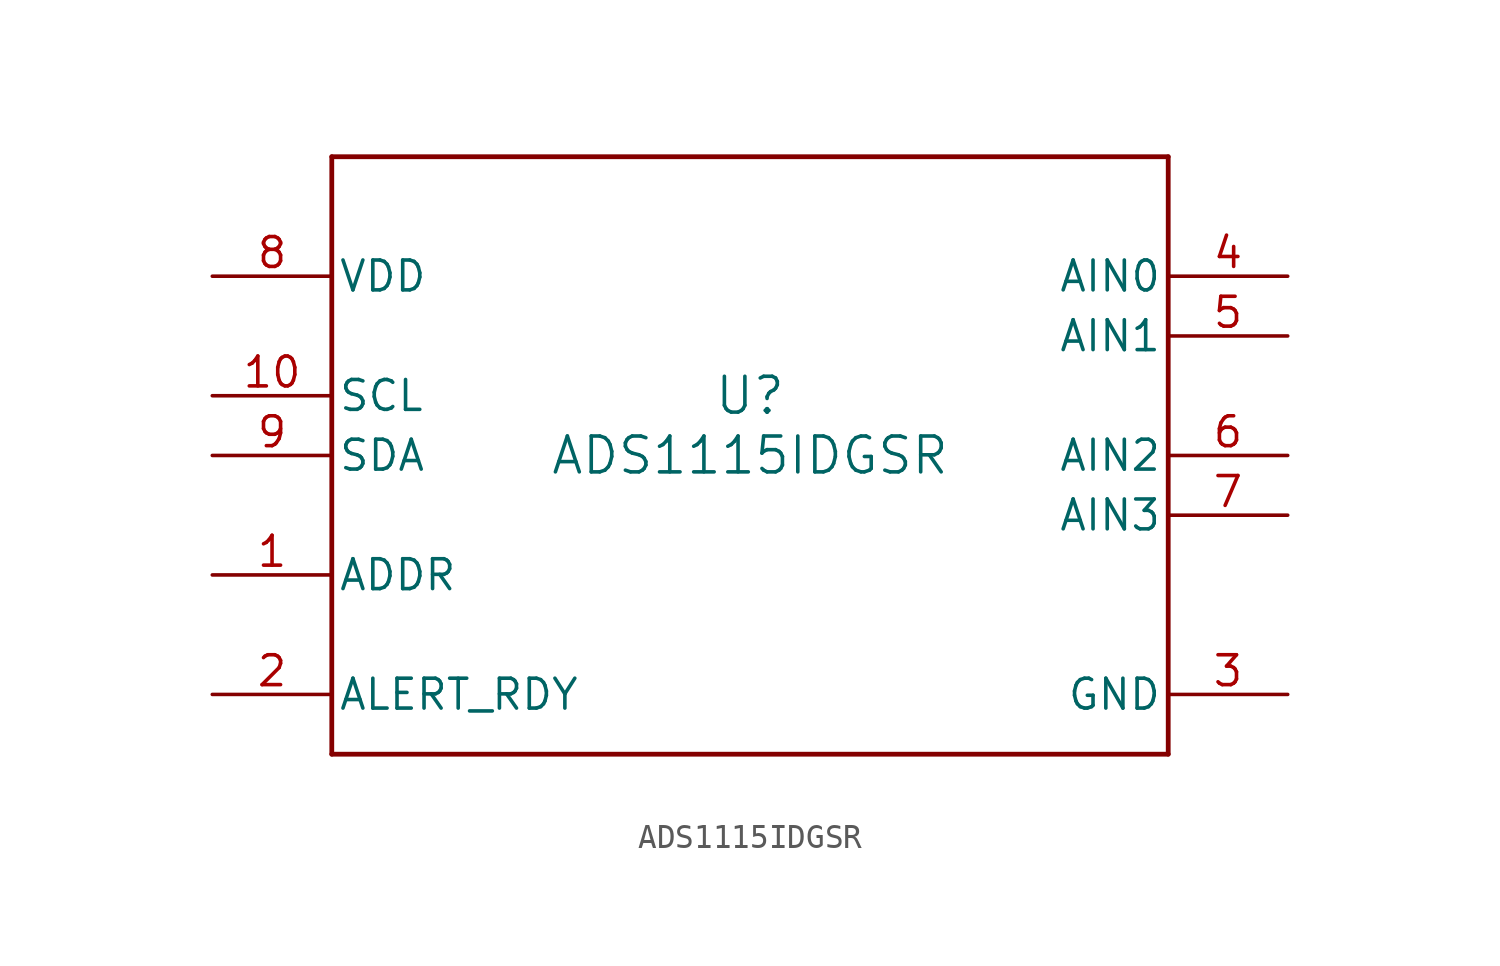
<source format=kicad_sym>
(kicad_symbol_lib
  (version 20241209)
  (generator "kicad_symbol_editor")
  (generator_version "9.0")
  (symbol "ADS1115IDGSR"
    (pin_names
      (offset 0.254))
    (property "Reference" "U"
      (at 0 2.54 0)
      (effects (font (size 1.524 1.524))))
    (property "Value" "ADS1115IDGSR"
      (at 0 0 0)
      (effects (font (size 1.524 1.524))))
    (property "ki_locked" ""
      (at 0 0 0)
      (effects (font (size 1.27 1.27))))
    (symbol "ADS1115IDGSR_0_1"
      (polyline (pts (xy -17.78 12.7) (xy -17.78 -12.7)) (stroke (width 0.203) (type default)) (fill (type none)))
      (polyline (pts (xy -17.78 -12.7) (xy 17.78 -12.7)) (stroke (width 0.203) (type default)) (fill (type none)))
      (polyline (pts (xy 17.78 12.7) (xy -17.78 12.7)) (stroke (width 0.203) (type default)) (fill (type none)))
      (polyline (pts (xy 17.78 -12.7) (xy 17.78 12.7)) (stroke (width 0.203) (type default)) (fill (type none)))
      (pin input line (at -22.86 2.54 0) (length 5.08) (name "SCL" (effects (font (size 1.27 1.27)))) (number "10" (effects (font (size 1.27 1.27)))))
      (pin bidirectional line (at -22.86 0 0) (length 5.08) (name "SDA" (effects (font (size 1.27 1.27)))) (number "9" (effects (font (size 1.27 1.27)))))
      (pin input line (at -22.86 -5.08 0) (length 5.08) (name "ADDR" (effects (font (size 1.27 1.27)))) (number "1" (effects (font (size 1.27 1.27)))))
      (pin output line (at -22.86 -10.16 0) (length 5.08) (name "ALERT_RDY" (effects (font (size 1.27 1.27)))) (number "2" (effects (font (size 1.27 1.27)))))
      (pin input line (at 22.86 7.62 180) (length 5.08) (name "AIN0" (effects (font (size 1.27 1.27)))) (number "4" (effects (font (size 1.27 1.27)))))
      (pin input line (at 22.86 5.08 180) (length 5.08) (name "AIN1" (effects (font (size 1.27 1.27)))) (number "5" (effects (font (size 1.27 1.27)))))
      (pin input line (at 22.86 0 180) (length 5.08) (name "AIN2" (effects (font (size 1.27 1.27)))) (number "6" (effects (font (size 1.27 1.27)))))
      (pin input line (at 22.86 -2.54 180) (length 5.08) (name "AIN3" (effects (font (size 1.27 1.27)))) (number "7" (effects (font (size 1.27 1.27)))))
      (pin power_in line (at 22.86 -10.16 180) (length 5.08) (name "GND" (effects (font (size 1.27 1.27)))) (number "3" (effects (font (size 1.27 1.27))))))
    (symbol "ADS1115IDGSR_1_1"
      (pin passive line (at -22.86 7.62 0) (length 5.08) (name "VDD" (effects (font (size 1.27 1.27)))) (number "8" (effects (font (size 1.27 1.27))))))))
</source>
